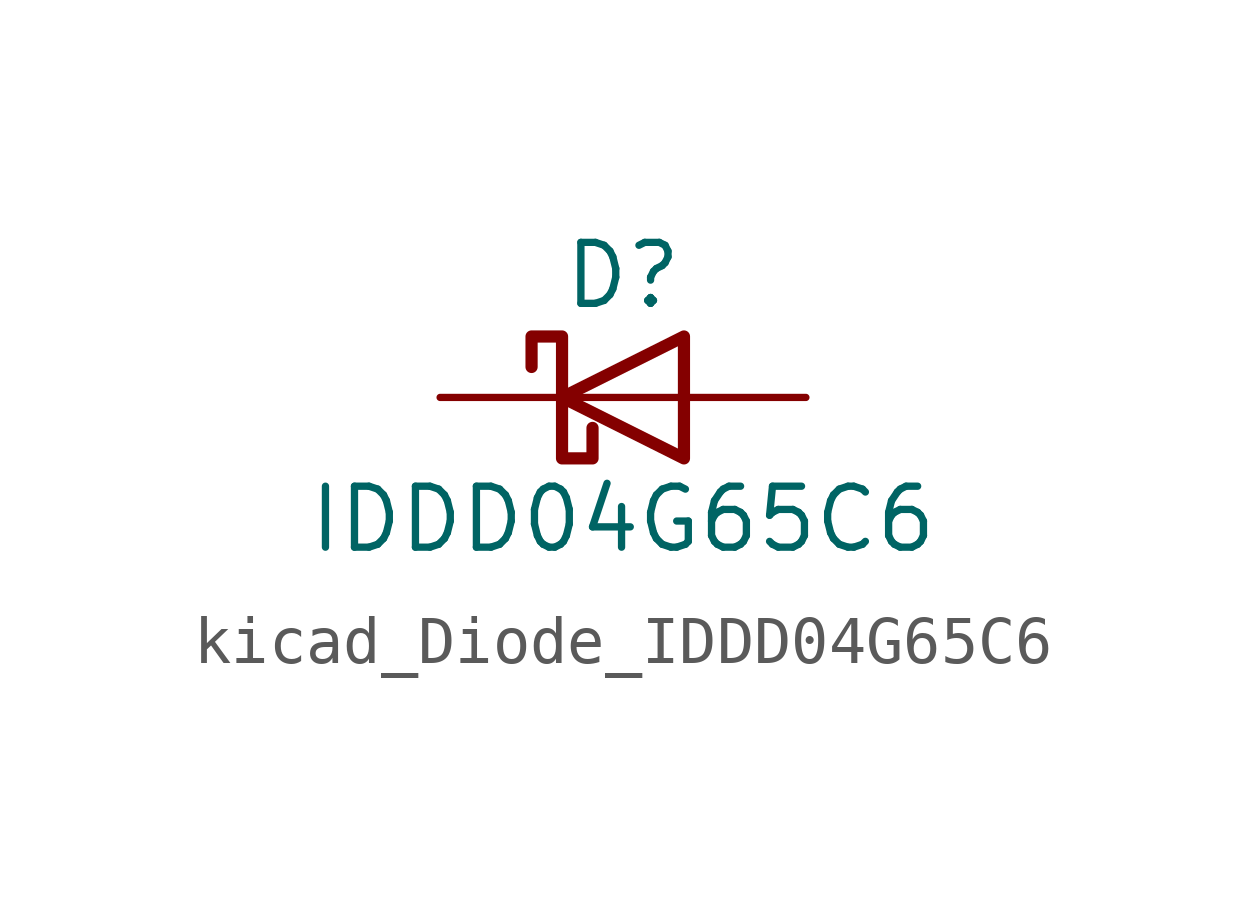
<source format=kicad_sym>
(kicad_symbol_lib
  (version 20220914)
  (generator kicad_symbol_editor)
  (symbol "kicad_Diode_IDDD04G65C6"
    (pin_numbers hide)
    (pin_names
      (offset 1.016) hide)
    (property "Reference" "D"
      (at 0 2.54 0)
      (effects (font (size 1.27 1.27))))
    (property "Value" "IDDD04G65C6"
      (at 0 -2.54 0)
      (effects (font (size 1.27 1.27))))
    (symbol "kicad_Diode_IDDD04G65C6_0_1"
      (polyline (pts (xy 1.27 0) (xy -1.27 0)) (stroke (width 0) (type default)) (fill (type none)))
      (polyline (pts (xy 1.27 1.27) (xy 1.27 -1.27) (xy -1.27 0) (xy 1.27 1.27)) (stroke (width 0.254) (type default)) (fill (type none)))
      (polyline (pts (xy -1.905 0.635) (xy -1.905 1.27) (xy -1.27 1.27) (xy -1.27 -1.27) (xy -0.635 -1.27) (xy -0.635 -0.635)) (stroke (width 0.254) (type default)) (fill (type none))))
    (symbol "kicad_Diode_IDDD04G65C6_1_1"
      (pin no_connect line (at 1.27 -1.27 180) (length 2.54) hide (name "NC" (effects (font (size 1.27 1.27)))) (number "1" (effects (font (size 1.27 1.27)))))
      (pin passive line (at -3.81 0 0) (length 2.54) hide (name "K" (effects (font (size 1.27 1.27)))) (number "10" (effects (font (size 1.27 1.27)))))
      (pin no_connect line (at 1.27 1.27 180) (length 2.54) hide (name "NC" (effects (font (size 1.27 1.27)))) (number "2" (effects (font (size 1.27 1.27)))))
      (pin passive line (at 3.81 0 180) (length 2.54) (name "A" (effects (font (size 1.27 1.27)))) (number "3" (effects (font (size 1.27 1.27)))))
      (pin passive line (at 3.81 0 180) (length 2.54) hide (name "A" (effects (font (size 1.27 1.27)))) (number "4" (effects (font (size 1.27 1.27)))))
      (pin passive line (at 3.81 0 180) (length 2.54) hide (name "A" (effects (font (size 1.27 1.27)))) (number "5" (effects (font (size 1.27 1.27)))))
      (pin passive line (at -3.81 0 0) (length 2.54) (name "K" (effects (font (size 1.27 1.27)))) (number "6" (effects (font (size 1.27 1.27)))))
      (pin passive line (at -3.81 0 0) (length 2.54) hide (name "K" (effects (font (size 1.27 1.27)))) (number "7" (effects (font (size 1.27 1.27)))))
      (pin passive line (at -3.81 0 0) (length 2.54) hide (name "K" (effects (font (size 1.27 1.27)))) (number "8" (effects (font (size 1.27 1.27)))))
      (pin passive line (at -3.81 0 0) (length 2.54) hide (name "K" (effects (font (size 1.27 1.27)))) (number "9" (effects (font (size 1.27 1.27))))))))
</source>
